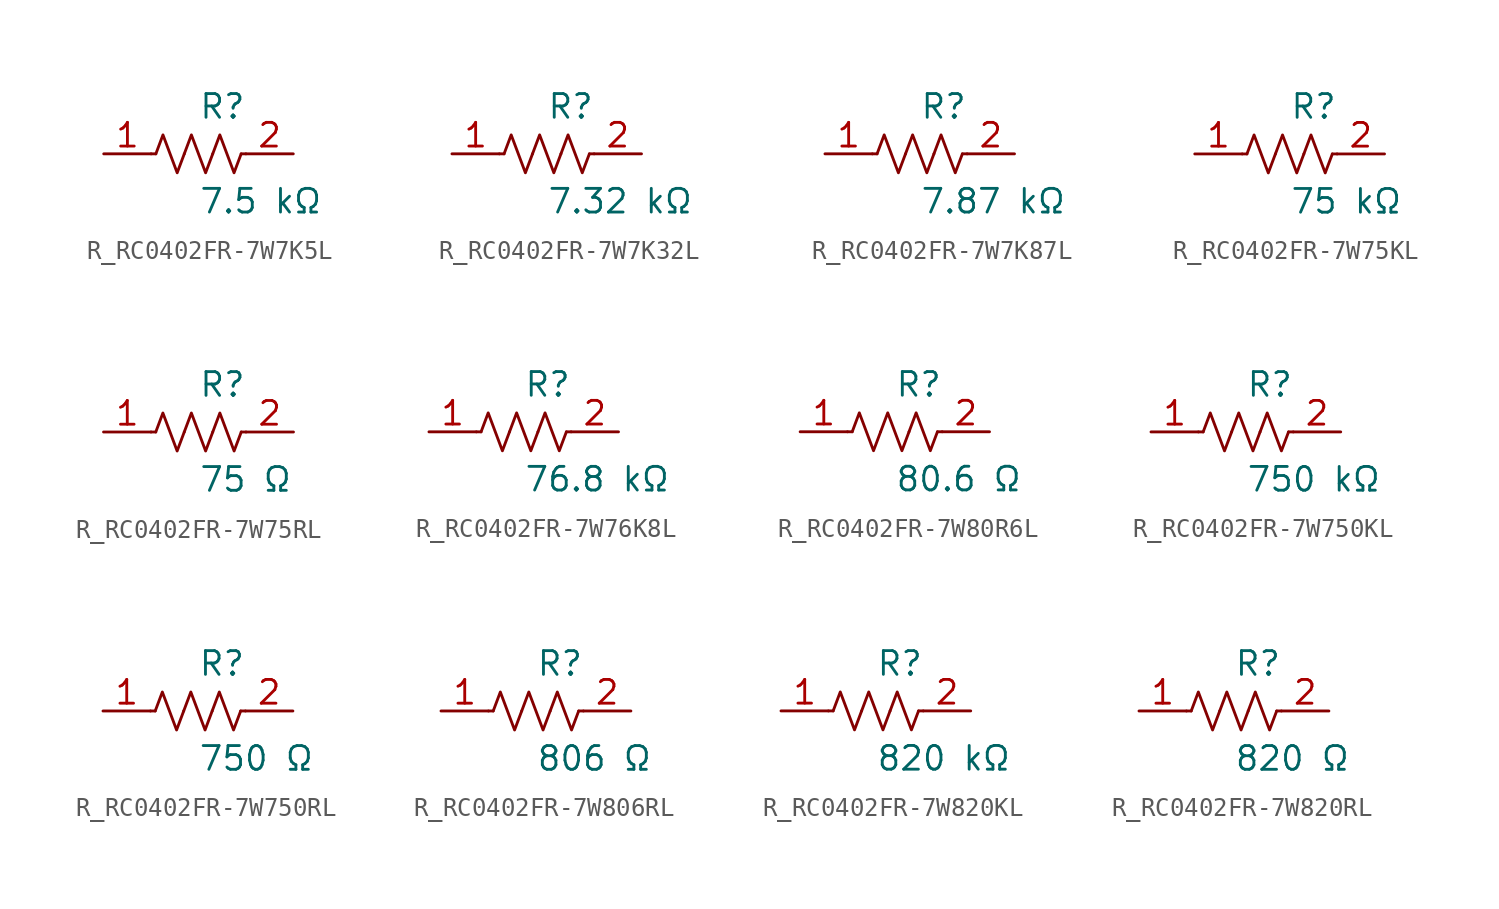
<source format=kicad_sym>
(kicad_symbol_lib
  (version 20231120)
  (generator kicad_symbol_editor)
  (generator_version 8.0)
  (symbol "R_RC0402FR-7W7K5L"
    (pin_names
      (offset 0.254))
    (property "Reference" "R"
      (at 0 2.54 0)
      (effects (font (size 1.27 1.27)) (justify left)))
    (property "Value" "7.5 kΩ"
      (at 0 -2.54 0)
      (effects (font (size 1.27 1.27)) (justify left)))
    (symbol "R_RC0402FR-7W7K5L_0_1"
      (polyline (pts (xy 2.286 0) (xy 2.54 0)) (stroke (width 0) (type default)) (fill (type none)))
      (polyline (pts (xy -2.286 0) (xy -2.54 0)) (stroke (width 0) (type default)) (fill (type none)))
      (polyline (pts (xy 0.762 0) (xy 1.143 1.016) (xy 1.524 0) (xy 1.905 -1.016) (xy 2.286 0)) (stroke (width 0) (type default)) (fill (type none)))
      (polyline (pts (xy -0.762 0) (xy -0.381 1.016) (xy 0 0) (xy 0.381 -1.016) (xy 0.762 0)) (stroke (width 0) (type default)) (fill (type none)))
      (polyline (pts (xy -2.286 0) (xy -1.905 1.016) (xy -1.524 0) (xy -1.143 -1.016) (xy -0.762 0)) (stroke (width 0) (type default)) (fill (type none))))
    (pin passive line
      (at -5.08 0 0)
      (length 2.54)
      (name "" (effects (font (size 1.27 1.27))))
      (number "1" (effects (font (size 1.27 1.27)))))
    (pin passive line
      (at 5.08 0 180)
      (length 2.54)
      (name "" (effects (font (size 1.27 1.27))))
      (number "2" (effects (font (size 1.27 1.27))))))
  (symbol "R_RC0402FR-7W7K32L"
    (pin_names
      (offset 0.254))
    (property "Reference" "R"
      (at 0 2.54 0)
      (effects (font (size 1.27 1.27)) (justify left)))
    (property "Value" "7.32 kΩ"
      (at 0 -2.54 0)
      (effects (font (size 1.27 1.27)) (justify left)))
    (symbol "R_RC0402FR-7W7K32L_0_1"
      (polyline (pts (xy 2.286 0) (xy 2.54 0)) (stroke (width 0) (type default)) (fill (type none)))
      (polyline (pts (xy -2.286 0) (xy -2.54 0)) (stroke (width 0) (type default)) (fill (type none)))
      (polyline (pts (xy 0.762 0) (xy 1.143 1.016) (xy 1.524 0) (xy 1.905 -1.016) (xy 2.286 0)) (stroke (width 0) (type default)) (fill (type none)))
      (polyline (pts (xy -0.762 0) (xy -0.381 1.016) (xy 0 0) (xy 0.381 -1.016) (xy 0.762 0)) (stroke (width 0) (type default)) (fill (type none)))
      (polyline (pts (xy -2.286 0) (xy -1.905 1.016) (xy -1.524 0) (xy -1.143 -1.016) (xy -0.762 0)) (stroke (width 0) (type default)) (fill (type none))))
    (pin passive line
      (at -5.08 0 0)
      (length 2.54)
      (name "" (effects (font (size 1.27 1.27))))
      (number "1" (effects (font (size 1.27 1.27)))))
    (pin passive line
      (at 5.08 0 180)
      (length 2.54)
      (name "" (effects (font (size 1.27 1.27))))
      (number "2" (effects (font (size 1.27 1.27))))))
  (symbol "R_RC0402FR-7W7K87L"
    (pin_names
      (offset 0.254))
    (property "Reference" "R"
      (at 0 2.54 0)
      (effects (font (size 1.27 1.27)) (justify left)))
    (property "Value" "7.87 kΩ"
      (at 0 -2.54 0)
      (effects (font (size 1.27 1.27)) (justify left)))
    (symbol "R_RC0402FR-7W7K87L_0_1"
      (polyline (pts (xy 2.286 0) (xy 2.54 0)) (stroke (width 0) (type default)) (fill (type none)))
      (polyline (pts (xy -2.286 0) (xy -2.54 0)) (stroke (width 0) (type default)) (fill (type none)))
      (polyline (pts (xy 0.762 0) (xy 1.143 1.016) (xy 1.524 0) (xy 1.905 -1.016) (xy 2.286 0)) (stroke (width 0) (type default)) (fill (type none)))
      (polyline (pts (xy -0.762 0) (xy -0.381 1.016) (xy 0 0) (xy 0.381 -1.016) (xy 0.762 0)) (stroke (width 0) (type default)) (fill (type none)))
      (polyline (pts (xy -2.286 0) (xy -1.905 1.016) (xy -1.524 0) (xy -1.143 -1.016) (xy -0.762 0)) (stroke (width 0) (type default)) (fill (type none))))
    (pin passive line
      (at -5.08 0 0)
      (length 2.54)
      (name "" (effects (font (size 1.27 1.27))))
      (number "1" (effects (font (size 1.27 1.27)))))
    (pin passive line
      (at 5.08 0 180)
      (length 2.54)
      (name "" (effects (font (size 1.27 1.27))))
      (number "2" (effects (font (size 1.27 1.27))))))
  (symbol "R_RC0402FR-7W75KL"
    (pin_names
      (offset 0.254))
    (property "Reference" "R"
      (at 0 2.54 0)
      (effects (font (size 1.27 1.27)) (justify left)))
    (property "Value" "75 kΩ"
      (at 0 -2.54 0)
      (effects (font (size 1.27 1.27)) (justify left)))
    (symbol "R_RC0402FR-7W75KL_0_1"
      (polyline (pts (xy 2.286 0) (xy 2.54 0)) (stroke (width 0) (type default)) (fill (type none)))
      (polyline (pts (xy -2.286 0) (xy -2.54 0)) (stroke (width 0) (type default)) (fill (type none)))
      (polyline (pts (xy 0.762 0) (xy 1.143 1.016) (xy 1.524 0) (xy 1.905 -1.016) (xy 2.286 0)) (stroke (width 0) (type default)) (fill (type none)))
      (polyline (pts (xy -0.762 0) (xy -0.381 1.016) (xy 0 0) (xy 0.381 -1.016) (xy 0.762 0)) (stroke (width 0) (type default)) (fill (type none)))
      (polyline (pts (xy -2.286 0) (xy -1.905 1.016) (xy -1.524 0) (xy -1.143 -1.016) (xy -0.762 0)) (stroke (width 0) (type default)) (fill (type none))))
    (pin passive line
      (at -5.08 0 0)
      (length 2.54)
      (name "" (effects (font (size 1.27 1.27))))
      (number "1" (effects (font (size 1.27 1.27)))))
    (pin passive line
      (at 5.08 0 180)
      (length 2.54)
      (name "" (effects (font (size 1.27 1.27))))
      (number "2" (effects (font (size 1.27 1.27))))))
  (symbol "R_RC0402FR-7W75RL"
    (pin_names
      (offset 0.254))
    (property "Reference" "R"
      (at 0 2.54 0)
      (effects (font (size 1.27 1.27)) (justify left)))
    (property "Value" "75 Ω"
      (at 0 -2.54 0)
      (effects (font (size 1.27 1.27)) (justify left)))
    (symbol "R_RC0402FR-7W75RL_0_1"
      (polyline (pts (xy 2.286 0) (xy 2.54 0)) (stroke (width 0) (type default)) (fill (type none)))
      (polyline (pts (xy -2.286 0) (xy -2.54 0)) (stroke (width 0) (type default)) (fill (type none)))
      (polyline (pts (xy 0.762 0) (xy 1.143 1.016) (xy 1.524 0) (xy 1.905 -1.016) (xy 2.286 0)) (stroke (width 0) (type default)) (fill (type none)))
      (polyline (pts (xy -0.762 0) (xy -0.381 1.016) (xy 0 0) (xy 0.381 -1.016) (xy 0.762 0)) (stroke (width 0) (type default)) (fill (type none)))
      (polyline (pts (xy -2.286 0) (xy -1.905 1.016) (xy -1.524 0) (xy -1.143 -1.016) (xy -0.762 0)) (stroke (width 0) (type default)) (fill (type none))))
    (pin passive line
      (at -5.08 0 0)
      (length 2.54)
      (name "" (effects (font (size 1.27 1.27))))
      (number "1" (effects (font (size 1.27 1.27)))))
    (pin passive line
      (at 5.08 0 180)
      (length 2.54)
      (name "" (effects (font (size 1.27 1.27))))
      (number "2" (effects (font (size 1.27 1.27))))))
  (symbol "R_RC0402FR-7W76K8L"
    (pin_names
      (offset 0.254))
    (property "Reference" "R"
      (at 0 2.54 0)
      (effects (font (size 1.27 1.27)) (justify left)))
    (property "Value" "76.8 kΩ"
      (at 0 -2.54 0)
      (effects (font (size 1.27 1.27)) (justify left)))
    (symbol "R_RC0402FR-7W76K8L_0_1"
      (polyline (pts (xy 2.286 0) (xy 2.54 0)) (stroke (width 0) (type default)) (fill (type none)))
      (polyline (pts (xy -2.286 0) (xy -2.54 0)) (stroke (width 0) (type default)) (fill (type none)))
      (polyline (pts (xy 0.762 0) (xy 1.143 1.016) (xy 1.524 0) (xy 1.905 -1.016) (xy 2.286 0)) (stroke (width 0) (type default)) (fill (type none)))
      (polyline (pts (xy -0.762 0) (xy -0.381 1.016) (xy 0 0) (xy 0.381 -1.016) (xy 0.762 0)) (stroke (width 0) (type default)) (fill (type none)))
      (polyline (pts (xy -2.286 0) (xy -1.905 1.016) (xy -1.524 0) (xy -1.143 -1.016) (xy -0.762 0)) (stroke (width 0) (type default)) (fill (type none))))
    (pin passive line
      (at -5.08 0 0)
      (length 2.54)
      (name "" (effects (font (size 1.27 1.27))))
      (number "1" (effects (font (size 1.27 1.27)))))
    (pin passive line
      (at 5.08 0 180)
      (length 2.54)
      (name "" (effects (font (size 1.27 1.27))))
      (number "2" (effects (font (size 1.27 1.27))))))
  (symbol "R_RC0402FR-7W80R6L"
    (pin_names
      (offset 0.254))
    (property "Reference" "R"
      (at 0 2.54 0)
      (effects (font (size 1.27 1.27)) (justify left)))
    (property "Value" "80.6 Ω"
      (at 0 -2.54 0)
      (effects (font (size 1.27 1.27)) (justify left)))
    (symbol "R_RC0402FR-7W80R6L_0_1"
      (polyline (pts (xy 2.286 0) (xy 2.54 0)) (stroke (width 0) (type default)) (fill (type none)))
      (polyline (pts (xy -2.286 0) (xy -2.54 0)) (stroke (width 0) (type default)) (fill (type none)))
      (polyline (pts (xy 0.762 0) (xy 1.143 1.016) (xy 1.524 0) (xy 1.905 -1.016) (xy 2.286 0)) (stroke (width 0) (type default)) (fill (type none)))
      (polyline (pts (xy -0.762 0) (xy -0.381 1.016) (xy 0 0) (xy 0.381 -1.016) (xy 0.762 0)) (stroke (width 0) (type default)) (fill (type none)))
      (polyline (pts (xy -2.286 0) (xy -1.905 1.016) (xy -1.524 0) (xy -1.143 -1.016) (xy -0.762 0)) (stroke (width 0) (type default)) (fill (type none))))
    (pin passive line
      (at -5.08 0 0)
      (length 2.54)
      (name "" (effects (font (size 1.27 1.27))))
      (number "1" (effects (font (size 1.27 1.27)))))
    (pin passive line
      (at 5.08 0 180)
      (length 2.54)
      (name "" (effects (font (size 1.27 1.27))))
      (number "2" (effects (font (size 1.27 1.27))))))
  (symbol "R_RC0402FR-7W750KL"
    (pin_names
      (offset 0.254))
    (property "Reference" "R"
      (at 0 2.54 0)
      (effects (font (size 1.27 1.27)) (justify left)))
    (property "Value" "750 kΩ"
      (at 0 -2.54 0)
      (effects (font (size 1.27 1.27)) (justify left)))
    (symbol "R_RC0402FR-7W750KL_0_1"
      (polyline (pts (xy 2.286 0) (xy 2.54 0)) (stroke (width 0) (type default)) (fill (type none)))
      (polyline (pts (xy -2.286 0) (xy -2.54 0)) (stroke (width 0) (type default)) (fill (type none)))
      (polyline (pts (xy 0.762 0) (xy 1.143 1.016) (xy 1.524 0) (xy 1.905 -1.016) (xy 2.286 0)) (stroke (width 0) (type default)) (fill (type none)))
      (polyline (pts (xy -0.762 0) (xy -0.381 1.016) (xy 0 0) (xy 0.381 -1.016) (xy 0.762 0)) (stroke (width 0) (type default)) (fill (type none)))
      (polyline (pts (xy -2.286 0) (xy -1.905 1.016) (xy -1.524 0) (xy -1.143 -1.016) (xy -0.762 0)) (stroke (width 0) (type default)) (fill (type none))))
    (pin passive line
      (at -5.08 0 0)
      (length 2.54)
      (name "" (effects (font (size 1.27 1.27))))
      (number "1" (effects (font (size 1.27 1.27)))))
    (pin passive line
      (at 5.08 0 180)
      (length 2.54)
      (name "" (effects (font (size 1.27 1.27))))
      (number "2" (effects (font (size 1.27 1.27))))))
  (symbol "R_RC0402FR-7W750RL"
    (pin_names
      (offset 0.254))
    (property "Reference" "R"
      (at 0 2.54 0)
      (effects (font (size 1.27 1.27)) (justify left)))
    (property "Value" "750 Ω"
      (at 0 -2.54 0)
      (effects (font (size 1.27 1.27)) (justify left)))
    (symbol "R_RC0402FR-7W750RL_0_1"
      (polyline (pts (xy 2.286 0) (xy 2.54 0)) (stroke (width 0) (type default)) (fill (type none)))
      (polyline (pts (xy -2.286 0) (xy -2.54 0)) (stroke (width 0) (type default)) (fill (type none)))
      (polyline (pts (xy 0.762 0) (xy 1.143 1.016) (xy 1.524 0) (xy 1.905 -1.016) (xy 2.286 0)) (stroke (width 0) (type default)) (fill (type none)))
      (polyline (pts (xy -0.762 0) (xy -0.381 1.016) (xy 0 0) (xy 0.381 -1.016) (xy 0.762 0)) (stroke (width 0) (type default)) (fill (type none)))
      (polyline (pts (xy -2.286 0) (xy -1.905 1.016) (xy -1.524 0) (xy -1.143 -1.016) (xy -0.762 0)) (stroke (width 0) (type default)) (fill (type none))))
    (pin passive line
      (at -5.08 0 0)
      (length 2.54)
      (name "" (effects (font (size 1.27 1.27))))
      (number "1" (effects (font (size 1.27 1.27)))))
    (pin passive line
      (at 5.08 0 180)
      (length 2.54)
      (name "" (effects (font (size 1.27 1.27))))
      (number "2" (effects (font (size 1.27 1.27))))))
  (symbol "R_RC0402FR-7W806RL"
    (pin_names
      (offset 0.254))
    (property "Reference" "R"
      (at 0 2.54 0)
      (effects (font (size 1.27 1.27)) (justify left)))
    (property "Value" "806 Ω"
      (at 0 -2.54 0)
      (effects (font (size 1.27 1.27)) (justify left)))
    (symbol "R_RC0402FR-7W806RL_0_1"
      (polyline (pts (xy 2.286 0) (xy 2.54 0)) (stroke (width 0) (type default)) (fill (type none)))
      (polyline (pts (xy -2.286 0) (xy -2.54 0)) (stroke (width 0) (type default)) (fill (type none)))
      (polyline (pts (xy 0.762 0) (xy 1.143 1.016) (xy 1.524 0) (xy 1.905 -1.016) (xy 2.286 0)) (stroke (width 0) (type default)) (fill (type none)))
      (polyline (pts (xy -0.762 0) (xy -0.381 1.016) (xy 0 0) (xy 0.381 -1.016) (xy 0.762 0)) (stroke (width 0) (type default)) (fill (type none)))
      (polyline (pts (xy -2.286 0) (xy -1.905 1.016) (xy -1.524 0) (xy -1.143 -1.016) (xy -0.762 0)) (stroke (width 0) (type default)) (fill (type none))))
    (pin passive line
      (at -5.08 0 0)
      (length 2.54)
      (name "" (effects (font (size 1.27 1.27))))
      (number "1" (effects (font (size 1.27 1.27)))))
    (pin passive line
      (at 5.08 0 180)
      (length 2.54)
      (name "" (effects (font (size 1.27 1.27))))
      (number "2" (effects (font (size 1.27 1.27))))))
  (symbol "R_RC0402FR-7W820KL"
    (pin_names
      (offset 0.254))
    (property "Reference" "R"
      (at 0 2.54 0)
      (effects (font (size 1.27 1.27)) (justify left)))
    (property "Value" "820 kΩ"
      (at 0 -2.54 0)
      (effects (font (size 1.27 1.27)) (justify left)))
    (symbol "R_RC0402FR-7W820KL_0_1"
      (polyline (pts (xy 2.286 0) (xy 2.54 0)) (stroke (width 0) (type default)) (fill (type none)))
      (polyline (pts (xy -2.286 0) (xy -2.54 0)) (stroke (width 0) (type default)) (fill (type none)))
      (polyline (pts (xy 0.762 0) (xy 1.143 1.016) (xy 1.524 0) (xy 1.905 -1.016) (xy 2.286 0)) (stroke (width 0) (type default)) (fill (type none)))
      (polyline (pts (xy -0.762 0) (xy -0.381 1.016) (xy 0 0) (xy 0.381 -1.016) (xy 0.762 0)) (stroke (width 0) (type default)) (fill (type none)))
      (polyline (pts (xy -2.286 0) (xy -1.905 1.016) (xy -1.524 0) (xy -1.143 -1.016) (xy -0.762 0)) (stroke (width 0) (type default)) (fill (type none))))
    (pin passive line
      (at -5.08 0 0)
      (length 2.54)
      (name "" (effects (font (size 1.27 1.27))))
      (number "1" (effects (font (size 1.27 1.27)))))
    (pin passive line
      (at 5.08 0 180)
      (length 2.54)
      (name "" (effects (font (size 1.27 1.27))))
      (number "2" (effects (font (size 1.27 1.27))))))
  (symbol "R_RC0402FR-7W820RL"
    (pin_names
      (offset 0.254))
    (property "Reference" "R"
      (at 0 2.54 0)
      (effects (font (size 1.27 1.27)) (justify left)))
    (property "Value" "820 Ω"
      (at 0 -2.54 0)
      (effects (font (size 1.27 1.27)) (justify left)))
    (symbol "R_RC0402FR-7W820RL_0_1"
      (polyline (pts (xy 2.286 0) (xy 2.54 0)) (stroke (width 0) (type default)) (fill (type none)))
      (polyline (pts (xy -2.286 0) (xy -2.54 0)) (stroke (width 0) (type default)) (fill (type none)))
      (polyline (pts (xy 0.762 0) (xy 1.143 1.016) (xy 1.524 0) (xy 1.905 -1.016) (xy 2.286 0)) (stroke (width 0) (type default)) (fill (type none)))
      (polyline (pts (xy -0.762 0) (xy -0.381 1.016) (xy 0 0) (xy 0.381 -1.016) (xy 0.762 0)) (stroke (width 0) (type default)) (fill (type none)))
      (polyline (pts (xy -2.286 0) (xy -1.905 1.016) (xy -1.524 0) (xy -1.143 -1.016) (xy -0.762 0)) (stroke (width 0) (type default)) (fill (type none))))
    (pin passive line
      (at -5.08 0 0)
      (length 2.54)
      (name "" (effects (font (size 1.27 1.27))))
      (number "1" (effects (font (size 1.27 1.27)))))
    (pin passive line
      (at 5.08 0 180)
      (length 2.54)
      (name "" (effects (font (size 1.27 1.27))))
      (number "2" (effects (font (size 1.27 1.27)))))))
</source>
